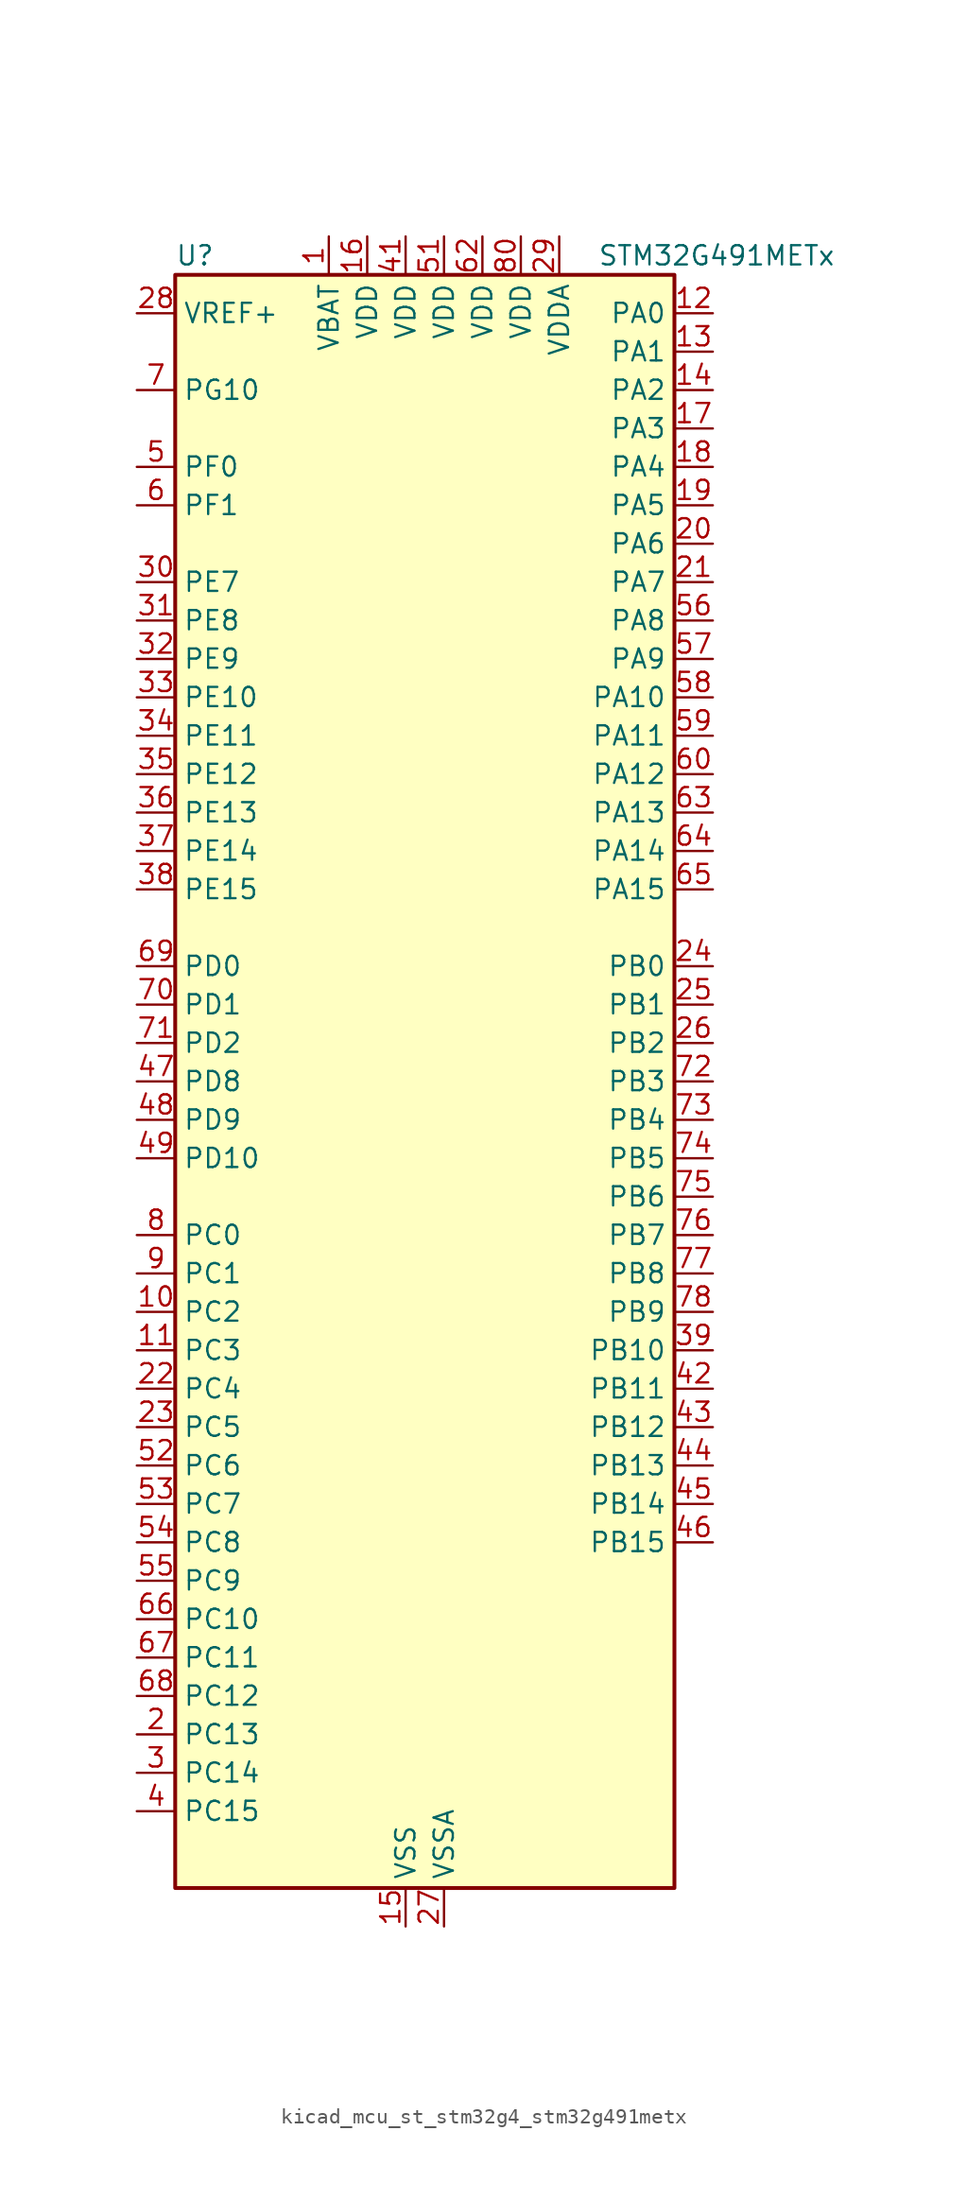
<source format=kicad_sym>
(kicad_symbol_lib
  (version 20220914)
  (generator kicad_symbol_editor)
  (symbol "kicad_mcu_st_stm32g4_stm32g491metx"
    (property "Reference" "U"
      (at -15.24 54.61 0)
      (effects (font (size 1.27 1.27)) (justify left)))
    (property "Value" "STM32G491METx"
      (at 12.7 54.61 0)
      (effects (font (size 1.27 1.27)) (justify left)))
    (property "ki_locked" ""
      (at 0 0 0)
      (effects (font (size 1.27 1.27))))
    (symbol "kicad_mcu_st_stm32g4_stm32g491metx_0_1"
      (rectangle (start -15.24 -53.34) (end 17.78 53.34) (stroke (width 0.254) (type default)) (fill (type background))))
    (symbol "kicad_mcu_st_stm32g4_stm32g491metx_1_1"
      (pin power_in line (at -5.08 55.88 270) (length 2.54) (name "VBAT" (effects (font (size 1.27 1.27)))) (number "1" (effects (font (size 1.27 1.27)))))
      (pin bidirectional line (at -17.78 -15.24 0) (length 2.54) (name "PC2" (effects (font (size 1.27 1.27)))) (number "10" (effects (font (size 1.27 1.27)))) (alternate "ADC1_IN8" bidirectional line) (alternate "ADC2_IN8" bidirectional line) (alternate "ADC3_EXTI2" bidirectional line) (alternate "COMP3_OUT" bidirectional line) (alternate "LPTIM1_IN2" bidirectional line) (alternate "QUADSPI1_BK2_IO1" bidirectional line) (alternate "TIM1_CH3" bidirectional line) (alternate "TIM20_CH2" bidirectional line))
      (pin bidirectional line (at -17.78 -17.78 0) (length 2.54) (name "PC3" (effects (font (size 1.27 1.27)))) (number "11" (effects (font (size 1.27 1.27)))) (alternate "ADC1_IN9" bidirectional line) (alternate "ADC2_IN9" bidirectional line) (alternate "ADC3_EXTI3" bidirectional line) (alternate "LPTIM1_ETR" bidirectional line) (alternate "QUADSPI1_BK2_IO2" bidirectional line) (alternate "SAI1_D1" bidirectional line) (alternate "SAI1_SD_A" bidirectional line) (alternate "TIM1_BKIN2" bidirectional line) (alternate "TIM1_CH4" bidirectional line))
      (pin bidirectional line (at 20.32 50.8 180) (length 2.54) (name "PA0" (effects (font (size 1.27 1.27)))) (number "12" (effects (font (size 1.27 1.27)))) (alternate "ADC1_IN1" bidirectional line) (alternate "ADC2_IN1" bidirectional line) (alternate "COMP1_INM" bidirectional line) (alternate "COMP1_OUT" bidirectional line) (alternate "COMP3_INP" bidirectional line) (alternate "RTC_TAMP2" bidirectional line) (alternate "SYS_WKUP1" bidirectional line) (alternate "TIM2_CH1" bidirectional line) (alternate "TIM2_ETR" bidirectional line) (alternate "TIM8_BKIN" bidirectional line) (alternate "TIM8_ETR" bidirectional line) (alternate "USART2_CTS" bidirectional line) (alternate "USART2_NSS" bidirectional line))
      (pin bidirectional line (at 20.32 48.26 180) (length 2.54) (name "PA1" (effects (font (size 1.27 1.27)))) (number "13" (effects (font (size 1.27 1.27)))) (alternate "ADC1_IN2" bidirectional line) (alternate "ADC2_IN2" bidirectional line) (alternate "COMP1_INP" bidirectional line) (alternate "OPAMP1_VINP" bidirectional line) (alternate "OPAMP1_VINP_SEC" bidirectional line) (alternate "OPAMP3_VINP" bidirectional line) (alternate "OPAMP3_VINP_SEC" bidirectional line) (alternate "OPAMP6_VINM" bidirectional line) (alternate "OPAMP6_VINM0" bidirectional line) (alternate "OPAMP6_VINM_SEC" bidirectional line) (alternate "RTC_REFIN" bidirectional line) (alternate "TIM15_CH1N" bidirectional line) (alternate "TIM2_CH2" bidirectional line) (alternate "USART2_DE" bidirectional line) (alternate "USART2_RTS" bidirectional line))
      (pin bidirectional line (at 20.32 45.72 180) (length 2.54) (name "PA2" (effects (font (size 1.27 1.27)))) (number "14" (effects (font (size 1.27 1.27)))) (alternate "ADC1_IN3" bidirectional line) (alternate "ADC3_EXTI2" bidirectional line) (alternate "COMP2_INM" bidirectional line) (alternate "COMP2_OUT" bidirectional line) (alternate "LPUART1_TX" bidirectional line) (alternate "OPAMP1_VOUT" bidirectional line) (alternate "QUADSPI1_BK1_NCS" bidirectional line) (alternate "RCC_LSCO" bidirectional line) (alternate "SYS_WKUP4" bidirectional line) (alternate "TIM15_CH1" bidirectional line) (alternate "TIM2_CH3" bidirectional line) (alternate "UCPD1_FRSTX1" bidirectional line) (alternate "UCPD1_FRSTX2" bidirectional line) (alternate "USART2_TX" bidirectional line))
      (pin power_in line (at 0 -55.88 90) (length 2.54) (name "VSS" (effects (font (size 1.27 1.27)))) (number "15" (effects (font (size 1.27 1.27)))))
      (pin power_in line (at -2.54 55.88 270) (length 2.54) (name "VDD" (effects (font (size 1.27 1.27)))) (number "16" (effects (font (size 1.27 1.27)))))
      (pin bidirectional line (at 20.32 43.18 180) (length 2.54) (name "PA3" (effects (font (size 1.27 1.27)))) (number "17" (effects (font (size 1.27 1.27)))) (alternate "ADC1_IN4" bidirectional line) (alternate "ADC3_EXTI3" bidirectional line) (alternate "COMP2_INP" bidirectional line) (alternate "LPUART1_RX" bidirectional line) (alternate "OPAMP1_VINM" bidirectional line) (alternate "OPAMP1_VINM0" bidirectional line) (alternate "OPAMP1_VINM_SEC" bidirectional line) (alternate "OPAMP1_VINP" bidirectional line) (alternate "OPAMP1_VINP_SEC" bidirectional line) (alternate "QUADSPI1_CLK" bidirectional line) (alternate "SAI1_CK1" bidirectional line) (alternate "SAI1_MCLK_A" bidirectional line) (alternate "TIM15_CH2" bidirectional line) (alternate "TIM2_CH4" bidirectional line) (alternate "USART2_RX" bidirectional line))
      (pin bidirectional line (at 20.32 40.64 180) (length 2.54) (name "PA4" (effects (font (size 1.27 1.27)))) (number "18" (effects (font (size 1.27 1.27)))) (alternate "ADC2_IN17" bidirectional line) (alternate "COMP1_INM" bidirectional line) (alternate "DAC1_OUT1" bidirectional line) (alternate "I2S3_WS" bidirectional line) (alternate "SAI1_FS_B" bidirectional line) (alternate "SPI1_NSS" bidirectional line) (alternate "SPI3_NSS" bidirectional line) (alternate "TIM3_CH2" bidirectional line) (alternate "USART2_CK" bidirectional line))
      (pin bidirectional line (at 20.32 38.1 180) (length 2.54) (name "PA5" (effects (font (size 1.27 1.27)))) (number "19" (effects (font (size 1.27 1.27)))) (alternate "ADC2_IN13" bidirectional line) (alternate "COMP2_INM" bidirectional line) (alternate "DAC1_OUT2" bidirectional line) (alternate "OPAMP2_VINM" bidirectional line) (alternate "OPAMP2_VINM0" bidirectional line) (alternate "OPAMP2_VINM_SEC" bidirectional line) (alternate "SPI1_SCK" bidirectional line) (alternate "TIM2_CH1" bidirectional line) (alternate "TIM2_ETR" bidirectional line) (alternate "UCPD1_FRSTX1" bidirectional line) (alternate "UCPD1_FRSTX2" bidirectional line))
      (pin bidirectional line (at -17.78 -43.18 0) (length 2.54) (name "PC13" (effects (font (size 1.27 1.27)))) (number "2" (effects (font (size 1.27 1.27)))) (alternate "RTC_OUT1" bidirectional line) (alternate "RTC_TAMP1" bidirectional line) (alternate "RTC_TS" bidirectional line) (alternate "SYS_WKUP2" bidirectional line) (alternate "TIM1_BKIN" bidirectional line) (alternate "TIM1_CH1N" bidirectional line) (alternate "TIM8_CH4N" bidirectional line))
      (pin bidirectional line (at 20.32 35.56 180) (length 2.54) (name "PA6" (effects (font (size 1.27 1.27)))) (number "20" (effects (font (size 1.27 1.27)))) (alternate "ADC2_IN3" bidirectional line) (alternate "COMP1_OUT" bidirectional line) (alternate "LPUART1_CTS" bidirectional line) (alternate "OPAMP2_VOUT" bidirectional line) (alternate "QUADSPI1_BK1_IO3" bidirectional line) (alternate "SPI1_MISO" bidirectional line) (alternate "TIM16_CH1" bidirectional line) (alternate "TIM1_BKIN" bidirectional line) (alternate "TIM3_CH1" bidirectional line) (alternate "TIM8_BKIN" bidirectional line))
      (pin bidirectional line (at 20.32 33.02 180) (length 2.54) (name "PA7" (effects (font (size 1.27 1.27)))) (number "21" (effects (font (size 1.27 1.27)))) (alternate "ADC2_IN4" bidirectional line) (alternate "COMP2_INP" bidirectional line) (alternate "COMP2_OUT" bidirectional line) (alternate "OPAMP1_VINP" bidirectional line) (alternate "OPAMP1_VINP_SEC" bidirectional line) (alternate "OPAMP2_VINP" bidirectional line) (alternate "OPAMP2_VINP_SEC" bidirectional line) (alternate "QUADSPI1_BK1_IO2" bidirectional line) (alternate "SPI1_MOSI" bidirectional line) (alternate "TIM17_CH1" bidirectional line) (alternate "TIM1_CH1N" bidirectional line) (alternate "TIM3_CH2" bidirectional line) (alternate "TIM8_CH1N" bidirectional line) (alternate "UCPD1_FRSTX1" bidirectional line) (alternate "UCPD1_FRSTX2" bidirectional line))
      (pin bidirectional line (at -17.78 -20.32 0) (length 2.54) (name "PC4" (effects (font (size 1.27 1.27)))) (number "22" (effects (font (size 1.27 1.27)))) (alternate "ADC2_IN5" bidirectional line) (alternate "I2C2_SCL" bidirectional line) (alternate "QUADSPI1_BK2_IO3" bidirectional line) (alternate "TIM1_ETR" bidirectional line) (alternate "USART1_TX" bidirectional line))
      (pin bidirectional line (at -17.78 -22.86 0) (length 2.54) (name "PC5" (effects (font (size 1.27 1.27)))) (number "23" (effects (font (size 1.27 1.27)))) (alternate "ADC2_IN11" bidirectional line) (alternate "OPAMP1_VINM" bidirectional line) (alternate "OPAMP1_VINM1" bidirectional line) (alternate "OPAMP1_VINM_SEC" bidirectional line) (alternate "OPAMP2_VINM" bidirectional line) (alternate "OPAMP2_VINM1" bidirectional line) (alternate "OPAMP2_VINM_SEC" bidirectional line) (alternate "SAI1_D3" bidirectional line) (alternate "SYS_WKUP5" bidirectional line) (alternate "TIM15_BKIN" bidirectional line) (alternate "TIM1_CH4N" bidirectional line) (alternate "USART1_RX" bidirectional line))
      (pin bidirectional line (at 20.32 7.62 180) (length 2.54) (name "PB0" (effects (font (size 1.27 1.27)))) (number "24" (effects (font (size 1.27 1.27)))) (alternate "ADC1_IN15" bidirectional line) (alternate "ADC3_IN12" bidirectional line) (alternate "COMP4_INP" bidirectional line) (alternate "OPAMP2_VINP" bidirectional line) (alternate "OPAMP2_VINP_SEC" bidirectional line) (alternate "OPAMP3_VINP" bidirectional line) (alternate "OPAMP3_VINP_SEC" bidirectional line) (alternate "QUADSPI1_BK1_IO1" bidirectional line) (alternate "TIM1_CH2N" bidirectional line) (alternate "TIM3_CH3" bidirectional line) (alternate "TIM8_CH2N" bidirectional line) (alternate "UCPD1_FRSTX1" bidirectional line) (alternate "UCPD1_FRSTX2" bidirectional line))
      (pin bidirectional line (at 20.32 5.08 180) (length 2.54) (name "PB1" (effects (font (size 1.27 1.27)))) (number "25" (effects (font (size 1.27 1.27)))) (alternate "ADC1_IN12" bidirectional line) (alternate "ADC3_IN1" bidirectional line) (alternate "COMP1_INP" bidirectional line) (alternate "COMP4_OUT" bidirectional line) (alternate "LPUART1_DE" bidirectional line) (alternate "LPUART1_RTS" bidirectional line) (alternate "OPAMP3_VOUT" bidirectional line) (alternate "OPAMP6_VINM" bidirectional line) (alternate "OPAMP6_VINM1" bidirectional line) (alternate "OPAMP6_VINM_SEC" bidirectional line) (alternate "QUADSPI1_BK1_IO0" bidirectional line) (alternate "TIM1_CH3N" bidirectional line) (alternate "TIM3_CH4" bidirectional line) (alternate "TIM8_CH3N" bidirectional line))
      (pin bidirectional line (at 20.32 2.54 180) (length 2.54) (name "PB2" (effects (font (size 1.27 1.27)))) (number "26" (effects (font (size 1.27 1.27)))) (alternate "ADC2_IN12" bidirectional line) (alternate "ADC3_EXTI2" bidirectional line) (alternate "COMP4_INM" bidirectional line) (alternate "I2C3_SMBA" bidirectional line) (alternate "LPTIM1_OUT" bidirectional line) (alternate "OPAMP3_VINM" bidirectional line) (alternate "OPAMP3_VINM0" bidirectional line) (alternate "OPAMP3_VINM_SEC" bidirectional line) (alternate "QUADSPI1_BK2_IO1" bidirectional line) (alternate "RTC_OUT2" bidirectional line) (alternate "TIM20_CH1" bidirectional line))
      (pin power_in line (at 2.54 -55.88 90) (length 2.54) (name "VSSA" (effects (font (size 1.27 1.27)))) (number "27" (effects (font (size 1.27 1.27)))))
      (pin input line (at -17.78 50.8 0) (length 2.54) (name "VREF+" (effects (font (size 1.27 1.27)))) (number "28" (effects (font (size 1.27 1.27)))) (alternate "VREFBUF_OUT" bidirectional line))
      (pin power_in line (at 10.16 55.88 270) (length 2.54) (name "VDDA" (effects (font (size 1.27 1.27)))) (number "29" (effects (font (size 1.27 1.27)))))
      (pin bidirectional line (at -17.78 -45.72 0) (length 2.54) (name "PC14" (effects (font (size 1.27 1.27)))) (number "3" (effects (font (size 1.27 1.27)))) (alternate "RCC_OSC32_IN" bidirectional line))
      (pin bidirectional line (at -17.78 33.02 0) (length 2.54) (name "PE7" (effects (font (size 1.27 1.27)))) (number "30" (effects (font (size 1.27 1.27)))) (alternate "ADC3_IN4" bidirectional line) (alternate "COMP4_INP" bidirectional line) (alternate "SAI1_SD_B" bidirectional line) (alternate "TIM1_ETR" bidirectional line))
      (pin bidirectional line (at -17.78 30.48 0) (length 2.54) (name "PE8" (effects (font (size 1.27 1.27)))) (number "31" (effects (font (size 1.27 1.27)))) (alternate "ADC3_IN6" bidirectional line) (alternate "COMP4_INM" bidirectional line) (alternate "SAI1_SCK_B" bidirectional line) (alternate "TIM1_CH1N" bidirectional line))
      (pin bidirectional line (at -17.78 27.94 0) (length 2.54) (name "PE9" (effects (font (size 1.27 1.27)))) (number "32" (effects (font (size 1.27 1.27)))) (alternate "ADC3_IN2" bidirectional line) (alternate "DAC1_EXTI9" bidirectional line) (alternate "DAC3_EXTI9" bidirectional line) (alternate "SAI1_FS_B" bidirectional line) (alternate "TIM1_CH1" bidirectional line))
      (pin bidirectional line (at -17.78 25.4 0) (length 2.54) (name "PE10" (effects (font (size 1.27 1.27)))) (number "33" (effects (font (size 1.27 1.27)))) (alternate "ADC3_IN14" bidirectional line) (alternate "DAC1_EXTI10" bidirectional line) (alternate "DAC3_EXTI10" bidirectional line) (alternate "QUADSPI1_CLK" bidirectional line) (alternate "SAI1_MCLK_B" bidirectional line) (alternate "TIM1_CH2N" bidirectional line))
      (pin bidirectional line (at -17.78 22.86 0) (length 2.54) (name "PE11" (effects (font (size 1.27 1.27)))) (number "34" (effects (font (size 1.27 1.27)))) (alternate "ADC1_EXTI11" bidirectional line) (alternate "ADC2_EXTI11" bidirectional line) (alternate "ADC3_IN15" bidirectional line) (alternate "QUADSPI1_BK1_NCS" bidirectional line) (alternate "TIM1_CH2" bidirectional line))
      (pin bidirectional line (at -17.78 20.32 0) (length 2.54) (name "PE12" (effects (font (size 1.27 1.27)))) (number "35" (effects (font (size 1.27 1.27)))) (alternate "ADC3_IN16" bidirectional line) (alternate "QUADSPI1_BK1_IO0" bidirectional line) (alternate "TIM1_CH3N" bidirectional line))
      (pin bidirectional line (at -17.78 17.78 0) (length 2.54) (name "PE13" (effects (font (size 1.27 1.27)))) (number "36" (effects (font (size 1.27 1.27)))) (alternate "ADC3_IN3" bidirectional line) (alternate "QUADSPI1_BK1_IO1" bidirectional line) (alternate "TIM1_CH3" bidirectional line))
      (pin bidirectional line (at -17.78 15.24 0) (length 2.54) (name "PE14" (effects (font (size 1.27 1.27)))) (number "37" (effects (font (size 1.27 1.27)))) (alternate "QUADSPI1_BK1_IO2" bidirectional line) (alternate "TIM1_BKIN2" bidirectional line) (alternate "TIM1_CH4" bidirectional line))
      (pin bidirectional line (at -17.78 12.7 0) (length 2.54) (name "PE15" (effects (font (size 1.27 1.27)))) (number "38" (effects (font (size 1.27 1.27)))) (alternate "ADC1_EXTI15" bidirectional line) (alternate "ADC2_EXTI15" bidirectional line) (alternate "QUADSPI1_BK1_IO3" bidirectional line) (alternate "TIM1_BKIN" bidirectional line) (alternate "TIM1_CH4N" bidirectional line) (alternate "USART3_RX" bidirectional line))
      (pin bidirectional line (at 20.32 -17.78 180) (length 2.54) (name "PB10" (effects (font (size 1.27 1.27)))) (number "39" (effects (font (size 1.27 1.27)))) (alternate "DAC1_EXTI10" bidirectional line) (alternate "DAC3_EXTI10" bidirectional line) (alternate "LPUART1_RX" bidirectional line) (alternate "OPAMP3_VINM" bidirectional line) (alternate "OPAMP3_VINM1" bidirectional line) (alternate "OPAMP3_VINM_SEC" bidirectional line) (alternate "QUADSPI1_CLK" bidirectional line) (alternate "SAI1_SCK_A" bidirectional line) (alternate "TIM1_BKIN" bidirectional line) (alternate "TIM2_CH3" bidirectional line) (alternate "USART3_TX" bidirectional line))
      (pin bidirectional line (at -17.78 -48.26 0) (length 2.54) (name "PC15" (effects (font (size 1.27 1.27)))) (number "4" (effects (font (size 1.27 1.27)))) (alternate "ADC1_EXTI15" bidirectional line) (alternate "ADC2_EXTI15" bidirectional line) (alternate "RCC_OSC32_OUT" bidirectional line))
      (pin passive line (at 0 -55.88 90) (length 2.54) hide (name "VSS" (effects (font (size 1.27 1.27)))) (number "40" (effects (font (size 1.27 1.27)))))
      (pin power_in line (at 0 55.88 270) (length 2.54) (name "VDD" (effects (font (size 1.27 1.27)))) (number "41" (effects (font (size 1.27 1.27)))))
      (pin bidirectional line (at 20.32 -20.32 180) (length 2.54) (name "PB11" (effects (font (size 1.27 1.27)))) (number "42" (effects (font (size 1.27 1.27)))) (alternate "ADC1_EXTI11" bidirectional line) (alternate "ADC1_IN14" bidirectional line) (alternate "ADC2_EXTI11" bidirectional line) (alternate "ADC2_IN14" bidirectional line) (alternate "LPUART1_TX" bidirectional line) (alternate "OPAMP6_VOUT" bidirectional line) (alternate "QUADSPI1_BK1_NCS" bidirectional line) (alternate "TIM2_CH4" bidirectional line) (alternate "USART3_RX" bidirectional line))
      (pin bidirectional line (at 20.32 -22.86 180) (length 2.54) (name "PB12" (effects (font (size 1.27 1.27)))) (number "43" (effects (font (size 1.27 1.27)))) (alternate "ADC1_IN11" bidirectional line) (alternate "FDCAN2_RX" bidirectional line) (alternate "I2C2_SMBA" bidirectional line) (alternate "I2S2_WS" bidirectional line) (alternate "LPUART1_DE" bidirectional line) (alternate "LPUART1_RTS" bidirectional line) (alternate "OPAMP6_VINP" bidirectional line) (alternate "OPAMP6_VINP_SEC" bidirectional line) (alternate "SPI2_NSS" bidirectional line) (alternate "TIM1_BKIN" bidirectional line) (alternate "USART3_CK" bidirectional line))
      (pin bidirectional line (at 20.32 -25.4 180) (length 2.54) (name "PB13" (effects (font (size 1.27 1.27)))) (number "44" (effects (font (size 1.27 1.27)))) (alternate "ADC3_IN5" bidirectional line) (alternate "FDCAN2_TX" bidirectional line) (alternate "I2S2_CK" bidirectional line) (alternate "LPUART1_CTS" bidirectional line) (alternate "OPAMP3_VINP" bidirectional line) (alternate "OPAMP3_VINP_SEC" bidirectional line) (alternate "OPAMP6_VINP" bidirectional line) (alternate "OPAMP6_VINP_SEC" bidirectional line) (alternate "SPI2_SCK" bidirectional line) (alternate "TIM1_CH1N" bidirectional line) (alternate "USART3_CTS" bidirectional line) (alternate "USART3_NSS" bidirectional line))
      (pin bidirectional line (at 20.32 -27.94 180) (length 2.54) (name "PB14" (effects (font (size 1.27 1.27)))) (number "45" (effects (font (size 1.27 1.27)))) (alternate "ADC1_IN5" bidirectional line) (alternate "COMP4_OUT" bidirectional line) (alternate "OPAMP2_VINP" bidirectional line) (alternate "OPAMP2_VINP_SEC" bidirectional line) (alternate "SPI2_MISO" bidirectional line) (alternate "TIM15_CH1" bidirectional line) (alternate "TIM1_CH2N" bidirectional line) (alternate "USART3_DE" bidirectional line) (alternate "USART3_RTS" bidirectional line))
      (pin bidirectional line (at 20.32 -30.48 180) (length 2.54) (name "PB15" (effects (font (size 1.27 1.27)))) (number "46" (effects (font (size 1.27 1.27)))) (alternate "ADC1_EXTI15" bidirectional line) (alternate "ADC2_EXTI15" bidirectional line) (alternate "ADC2_IN15" bidirectional line) (alternate "COMP3_OUT" bidirectional line) (alternate "I2S2_SD" bidirectional line) (alternate "RTC_REFIN" bidirectional line) (alternate "SPI2_MOSI" bidirectional line) (alternate "TIM15_CH1N" bidirectional line) (alternate "TIM15_CH2" bidirectional line) (alternate "TIM1_CH3N" bidirectional line))
      (pin bidirectional line (at -17.78 0 0) (length 2.54) (name "PD8" (effects (font (size 1.27 1.27)))) (number "47" (effects (font (size 1.27 1.27)))) (alternate "USART3_TX" bidirectional line))
      (pin bidirectional line (at -17.78 -2.54 0) (length 2.54) (name "PD9" (effects (font (size 1.27 1.27)))) (number "48" (effects (font (size 1.27 1.27)))) (alternate "DAC1_EXTI9" bidirectional line) (alternate "DAC3_EXTI9" bidirectional line) (alternate "OPAMP6_VINP" bidirectional line) (alternate "OPAMP6_VINP_SEC" bidirectional line) (alternate "USART3_RX" bidirectional line))
      (pin bidirectional line (at -17.78 -5.08 0) (length 2.54) (name "PD10" (effects (font (size 1.27 1.27)))) (number "49" (effects (font (size 1.27 1.27)))) (alternate "ADC3_IN7" bidirectional line) (alternate "DAC1_EXTI10" bidirectional line) (alternate "DAC3_EXTI10" bidirectional line) (alternate "USART3_CK" bidirectional line))
      (pin bidirectional line (at -17.78 40.64 0) (length 2.54) (name "PF0" (effects (font (size 1.27 1.27)))) (number "5" (effects (font (size 1.27 1.27)))) (alternate "ADC1_IN10" bidirectional line) (alternate "I2C2_SDA" bidirectional line) (alternate "I2S2_WS" bidirectional line) (alternate "RCC_OSC_IN" bidirectional line) (alternate "SPI2_NSS" bidirectional line) (alternate "TIM1_CH3N" bidirectional line))
      (pin passive line (at 0 -55.88 90) (length 2.54) hide (name "VSS" (effects (font (size 1.27 1.27)))) (number "50" (effects (font (size 1.27 1.27)))))
      (pin power_in line (at 2.54 55.88 270) (length 2.54) (name "VDD" (effects (font (size 1.27 1.27)))) (number "51" (effects (font (size 1.27 1.27)))))
      (pin bidirectional line (at -17.78 -25.4 0) (length 2.54) (name "PC6" (effects (font (size 1.27 1.27)))) (number "52" (effects (font (size 1.27 1.27)))) (alternate "I2S2_MCK" bidirectional line) (alternate "TIM3_CH1" bidirectional line) (alternate "TIM8_CH1" bidirectional line))
      (pin bidirectional line (at -17.78 -27.94 0) (length 2.54) (name "PC7" (effects (font (size 1.27 1.27)))) (number "53" (effects (font (size 1.27 1.27)))) (alternate "I2S3_MCK" bidirectional line) (alternate "TIM3_CH2" bidirectional line) (alternate "TIM8_CH2" bidirectional line))
      (pin bidirectional line (at -17.78 -30.48 0) (length 2.54) (name "PC8" (effects (font (size 1.27 1.27)))) (number "54" (effects (font (size 1.27 1.27)))) (alternate "I2C3_SCL" bidirectional line) (alternate "TIM20_CH3" bidirectional line) (alternate "TIM3_CH3" bidirectional line) (alternate "TIM8_CH3" bidirectional line))
      (pin bidirectional line (at -17.78 -33.02 0) (length 2.54) (name "PC9" (effects (font (size 1.27 1.27)))) (number "55" (effects (font (size 1.27 1.27)))) (alternate "DAC1_EXTI9" bidirectional line) (alternate "DAC3_EXTI9" bidirectional line) (alternate "I2C3_SDA" bidirectional line) (alternate "I2S_CKIN" bidirectional line) (alternate "TIM3_CH4" bidirectional line) (alternate "TIM8_BKIN2" bidirectional line) (alternate "TIM8_CH4" bidirectional line))
      (pin bidirectional line (at 20.32 30.48 180) (length 2.54) (name "PA8" (effects (font (size 1.27 1.27)))) (number "56" (effects (font (size 1.27 1.27)))) (alternate "I2C2_SDA" bidirectional line) (alternate "I2C3_SCL" bidirectional line) (alternate "I2S2_MCK" bidirectional line) (alternate "RCC_MCO" bidirectional line) (alternate "SAI1_CK2" bidirectional line) (alternate "SAI1_SCK_A" bidirectional line) (alternate "TIM1_CH1" bidirectional line) (alternate "TIM4_ETR" bidirectional line) (alternate "USART1_CK" bidirectional line))
      (pin bidirectional line (at 20.32 27.94 180) (length 2.54) (name "PA9" (effects (font (size 1.27 1.27)))) (number "57" (effects (font (size 1.27 1.27)))) (alternate "DAC1_EXTI9" bidirectional line) (alternate "DAC3_EXTI9" bidirectional line) (alternate "I2C2_SCL" bidirectional line) (alternate "I2C3_SMBA" bidirectional line) (alternate "I2S3_MCK" bidirectional line) (alternate "SAI1_FS_A" bidirectional line) (alternate "TIM15_BKIN" bidirectional line) (alternate "TIM1_CH2" bidirectional line) (alternate "TIM2_CH3" bidirectional line) (alternate "UCPD1_DBCC1" bidirectional line) (alternate "USART1_TX" bidirectional line))
      (pin bidirectional line (at 20.32 25.4 180) (length 2.54) (name "PA10" (effects (font (size 1.27 1.27)))) (number "58" (effects (font (size 1.27 1.27)))) (alternate "CRS_SYNC" bidirectional line) (alternate "DAC1_EXTI10" bidirectional line) (alternate "DAC3_EXTI10" bidirectional line) (alternate "I2C2_SMBA" bidirectional line) (alternate "SAI1_D1" bidirectional line) (alternate "SAI1_SD_A" bidirectional line) (alternate "SPI2_MISO" bidirectional line) (alternate "TIM17_BKIN" bidirectional line) (alternate "TIM1_CH3" bidirectional line) (alternate "TIM2_CH4" bidirectional line) (alternate "TIM8_BKIN" bidirectional line) (alternate "UCPD1_DBCC2" bidirectional line) (alternate "USART1_RX" bidirectional line))
      (pin bidirectional line (at 20.32 22.86 180) (length 2.54) (name "PA11" (effects (font (size 1.27 1.27)))) (number "59" (effects (font (size 1.27 1.27)))) (alternate "ADC1_EXTI11" bidirectional line) (alternate "ADC2_EXTI11" bidirectional line) (alternate "COMP1_OUT" bidirectional line) (alternate "FDCAN1_RX" bidirectional line) (alternate "I2S2_SD" bidirectional line) (alternate "SPI2_MOSI" bidirectional line) (alternate "TIM1_BKIN2" bidirectional line) (alternate "TIM1_CH1N" bidirectional line) (alternate "TIM1_CH4" bidirectional line) (alternate "TIM4_CH1" bidirectional line) (alternate "USART1_CTS" bidirectional line) (alternate "USART1_NSS" bidirectional line) (alternate "USB_DM" bidirectional line))
      (pin bidirectional line (at -17.78 38.1 0) (length 2.54) (name "PF1" (effects (font (size 1.27 1.27)))) (number "6" (effects (font (size 1.27 1.27)))) (alternate "ADC2_IN10" bidirectional line) (alternate "COMP3_INM" bidirectional line) (alternate "I2S2_CK" bidirectional line) (alternate "RCC_OSC_OUT" bidirectional line) (alternate "SPI2_SCK" bidirectional line))
      (pin bidirectional line (at 20.32 20.32 180) (length 2.54) (name "PA12" (effects (font (size 1.27 1.27)))) (number "60" (effects (font (size 1.27 1.27)))) (alternate "COMP2_OUT" bidirectional line) (alternate "FDCAN1_TX" bidirectional line) (alternate "I2S_CKIN" bidirectional line) (alternate "TIM16_CH1" bidirectional line) (alternate "TIM1_CH2N" bidirectional line) (alternate "TIM1_ETR" bidirectional line) (alternate "TIM4_CH2" bidirectional line) (alternate "USART1_DE" bidirectional line) (alternate "USART1_RTS" bidirectional line) (alternate "USB_DP" bidirectional line))
      (pin passive line (at 0 -55.88 90) (length 2.54) hide (name "VSS" (effects (font (size 1.27 1.27)))) (number "61" (effects (font (size 1.27 1.27)))))
      (pin power_in line (at 5.08 55.88 270) (length 2.54) (name "VDD" (effects (font (size 1.27 1.27)))) (number "62" (effects (font (size 1.27 1.27)))))
      (pin bidirectional line (at 20.32 17.78 180) (length 2.54) (name "PA13" (effects (font (size 1.27 1.27)))) (number "63" (effects (font (size 1.27 1.27)))) (alternate "I2C1_SCL" bidirectional line) (alternate "IR_OUT" bidirectional line) (alternate "SAI1_SD_B" bidirectional line) (alternate "SYS_JTMS-SWDIO" bidirectional line) (alternate "TIM16_CH1N" bidirectional line) (alternate "TIM4_CH3" bidirectional line) (alternate "USART3_CTS" bidirectional line) (alternate "USART3_NSS" bidirectional line))
      (pin bidirectional line (at 20.32 15.24 180) (length 2.54) (name "PA14" (effects (font (size 1.27 1.27)))) (number "64" (effects (font (size 1.27 1.27)))) (alternate "I2C1_SDA" bidirectional line) (alternate "LPTIM1_OUT" bidirectional line) (alternate "SAI1_FS_B" bidirectional line) (alternate "SYS_JTCK-SWCLK" bidirectional line) (alternate "TIM1_BKIN" bidirectional line) (alternate "TIM8_CH2" bidirectional line) (alternate "USART2_TX" bidirectional line))
      (pin bidirectional line (at 20.32 12.7 180) (length 2.54) (name "PA15" (effects (font (size 1.27 1.27)))) (number "65" (effects (font (size 1.27 1.27)))) (alternate "ADC1_EXTI15" bidirectional line) (alternate "ADC2_EXTI15" bidirectional line) (alternate "I2C1_SCL" bidirectional line) (alternate "I2S3_WS" bidirectional line) (alternate "SPI1_NSS" bidirectional line) (alternate "SPI3_NSS" bidirectional line) (alternate "SYS_JTDI" bidirectional line) (alternate "TIM1_BKIN" bidirectional line) (alternate "TIM20_ETR" bidirectional line) (alternate "TIM2_CH1" bidirectional line) (alternate "TIM2_ETR" bidirectional line) (alternate "TIM8_CH1" bidirectional line) (alternate "UART4_DE" bidirectional line) (alternate "UART4_RTS" bidirectional line) (alternate "USART2_RX" bidirectional line))
      (pin bidirectional line (at -17.78 -35.56 0) (length 2.54) (name "PC10" (effects (font (size 1.27 1.27)))) (number "66" (effects (font (size 1.27 1.27)))) (alternate "DAC1_EXTI10" bidirectional line) (alternate "DAC3_EXTI10" bidirectional line) (alternate "I2S3_CK" bidirectional line) (alternate "SPI3_SCK" bidirectional line) (alternate "TIM8_CH1N" bidirectional line) (alternate "UART4_TX" bidirectional line) (alternate "USART3_TX" bidirectional line))
      (pin bidirectional line (at -17.78 -38.1 0) (length 2.54) (name "PC11" (effects (font (size 1.27 1.27)))) (number "67" (effects (font (size 1.27 1.27)))) (alternate "ADC1_EXTI11" bidirectional line) (alternate "ADC2_EXTI11" bidirectional line) (alternate "I2C3_SDA" bidirectional line) (alternate "SPI3_MISO" bidirectional line) (alternate "TIM8_CH2N" bidirectional line) (alternate "UART4_RX" bidirectional line) (alternate "USART3_RX" bidirectional line))
      (pin bidirectional line (at -17.78 -40.64 0) (length 2.54) (name "PC12" (effects (font (size 1.27 1.27)))) (number "68" (effects (font (size 1.27 1.27)))) (alternate "I2S3_SD" bidirectional line) (alternate "SPI3_MOSI" bidirectional line) (alternate "TIM8_CH3N" bidirectional line) (alternate "UART5_TX" bidirectional line) (alternate "UCPD1_FRSTX1" bidirectional line) (alternate "UCPD1_FRSTX2" bidirectional line) (alternate "USART3_CK" bidirectional line))
      (pin bidirectional line (at -17.78 7.62 0) (length 2.54) (name "PD0" (effects (font (size 1.27 1.27)))) (number "69" (effects (font (size 1.27 1.27)))) (alternate "FDCAN1_RX" bidirectional line) (alternate "TIM8_CH4N" bidirectional line))
      (pin bidirectional line (at -17.78 45.72 0) (length 2.54) (name "PG10" (effects (font (size 1.27 1.27)))) (number "7" (effects (font (size 1.27 1.27)))) (alternate "DAC1_EXTI10" bidirectional line) (alternate "DAC3_EXTI10" bidirectional line) (alternate "RCC_MCO" bidirectional line))
      (pin bidirectional line (at -17.78 5.08 0) (length 2.54) (name "PD1" (effects (font (size 1.27 1.27)))) (number "70" (effects (font (size 1.27 1.27)))) (alternate "FDCAN1_TX" bidirectional line) (alternate "TIM8_BKIN2" bidirectional line) (alternate "TIM8_CH4" bidirectional line))
      (pin bidirectional line (at -17.78 2.54 0) (length 2.54) (name "PD2" (effects (font (size 1.27 1.27)))) (number "71" (effects (font (size 1.27 1.27)))) (alternate "ADC3_EXTI2" bidirectional line) (alternate "TIM3_ETR" bidirectional line) (alternate "TIM8_BKIN" bidirectional line) (alternate "UART5_RX" bidirectional line))
      (pin bidirectional line (at 20.32 0 180) (length 2.54) (name "PB3" (effects (font (size 1.27 1.27)))) (number "72" (effects (font (size 1.27 1.27)))) (alternate "ADC3_EXTI3" bidirectional line) (alternate "CRS_SYNC" bidirectional line) (alternate "I2S3_CK" bidirectional line) (alternate "SAI1_SCK_B" bidirectional line) (alternate "SPI1_SCK" bidirectional line) (alternate "SPI3_SCK" bidirectional line) (alternate "SYS_JTDO-SWO" bidirectional line) (alternate "TIM2_CH2" bidirectional line) (alternate "TIM3_ETR" bidirectional line) (alternate "TIM4_ETR" bidirectional line) (alternate "TIM8_CH1N" bidirectional line) (alternate "USART2_TX" bidirectional line))
      (pin bidirectional line (at 20.32 -2.54 180) (length 2.54) (name "PB4" (effects (font (size 1.27 1.27)))) (number "73" (effects (font (size 1.27 1.27)))) (alternate "SAI1_MCLK_B" bidirectional line) (alternate "SPI1_MISO" bidirectional line) (alternate "SPI3_MISO" bidirectional line) (alternate "SYS_JTRST" bidirectional line) (alternate "TIM16_CH1" bidirectional line) (alternate "TIM17_BKIN" bidirectional line) (alternate "TIM3_CH1" bidirectional line) (alternate "TIM8_CH2N" bidirectional line) (alternate "UART5_DE" bidirectional line) (alternate "UART5_RTS" bidirectional line) (alternate "UCPD1_CC2" bidirectional line) (alternate "USART2_RX" bidirectional line))
      (pin bidirectional line (at 20.32 -5.08 180) (length 2.54) (name "PB5" (effects (font (size 1.27 1.27)))) (number "74" (effects (font (size 1.27 1.27)))) (alternate "FDCAN2_RX" bidirectional line) (alternate "I2C1_SMBA" bidirectional line) (alternate "I2C3_SDA" bidirectional line) (alternate "I2S3_SD" bidirectional line) (alternate "LPTIM1_IN1" bidirectional line) (alternate "SAI1_SD_B" bidirectional line) (alternate "SPI1_MOSI" bidirectional line) (alternate "SPI3_MOSI" bidirectional line) (alternate "TIM16_BKIN" bidirectional line) (alternate "TIM17_CH1" bidirectional line) (alternate "TIM3_CH2" bidirectional line) (alternate "TIM8_CH3N" bidirectional line) (alternate "UART5_CTS" bidirectional line) (alternate "USART2_CK" bidirectional line))
      (pin bidirectional line (at 20.32 -7.62 180) (length 2.54) (name "PB6" (effects (font (size 1.27 1.27)))) (number "75" (effects (font (size 1.27 1.27)))) (alternate "COMP4_OUT" bidirectional line) (alternate "FDCAN2_TX" bidirectional line) (alternate "LPTIM1_ETR" bidirectional line) (alternate "SAI1_FS_B" bidirectional line) (alternate "TIM16_CH1N" bidirectional line) (alternate "TIM4_CH1" bidirectional line) (alternate "TIM8_BKIN2" bidirectional line) (alternate "TIM8_CH1" bidirectional line) (alternate "TIM8_ETR" bidirectional line) (alternate "UCPD1_CC1" bidirectional line) (alternate "USART1_TX" bidirectional line))
      (pin bidirectional line (at 20.32 -10.16 180) (length 2.54) (name "PB7" (effects (font (size 1.27 1.27)))) (number "76" (effects (font (size 1.27 1.27)))) (alternate "COMP3_OUT" bidirectional line) (alternate "I2C1_SDA" bidirectional line) (alternate "LPTIM1_IN2" bidirectional line) (alternate "SYS_PVD_IN" bidirectional line) (alternate "TIM17_CH1N" bidirectional line) (alternate "TIM3_CH4" bidirectional line) (alternate "TIM4_CH2" bidirectional line) (alternate "TIM8_BKIN" bidirectional line) (alternate "UART4_CTS" bidirectional line) (alternate "USART1_RX" bidirectional line))
      (pin bidirectional line (at 20.32 -12.7 180) (length 2.54) (name "PB8" (effects (font (size 1.27 1.27)))) (number "77" (effects (font (size 1.27 1.27)))) (alternate "COMP1_OUT" bidirectional line) (alternate "FDCAN1_RX" bidirectional line) (alternate "I2C1_SCL" bidirectional line) (alternate "SAI1_CK1" bidirectional line) (alternate "SAI1_MCLK_A" bidirectional line) (alternate "TIM16_CH1" bidirectional line) (alternate "TIM1_BKIN" bidirectional line) (alternate "TIM4_CH3" bidirectional line) (alternate "TIM8_CH2" bidirectional line) (alternate "USART3_RX" bidirectional line))
      (pin bidirectional line (at 20.32 -15.24 180) (length 2.54) (name "PB9" (effects (font (size 1.27 1.27)))) (number "78" (effects (font (size 1.27 1.27)))) (alternate "COMP2_OUT" bidirectional line) (alternate "DAC1_EXTI9" bidirectional line) (alternate "DAC3_EXTI9" bidirectional line) (alternate "FDCAN1_TX" bidirectional line) (alternate "I2C1_SDA" bidirectional line) (alternate "IR_OUT" bidirectional line) (alternate "SAI1_D2" bidirectional line) (alternate "SAI1_FS_A" bidirectional line) (alternate "TIM17_CH1" bidirectional line) (alternate "TIM1_CH3N" bidirectional line) (alternate "TIM4_CH4" bidirectional line) (alternate "TIM8_CH3" bidirectional line) (alternate "USART3_TX" bidirectional line))
      (pin passive line (at 0 -55.88 90) (length 2.54) hide (name "VSS" (effects (font (size 1.27 1.27)))) (number "79" (effects (font (size 1.27 1.27)))))
      (pin bidirectional line (at -17.78 -10.16 0) (length 2.54) (name "PC0" (effects (font (size 1.27 1.27)))) (number "8" (effects (font (size 1.27 1.27)))) (alternate "ADC1_IN6" bidirectional line) (alternate "ADC2_IN6" bidirectional line) (alternate "COMP3_INM" bidirectional line) (alternate "LPTIM1_IN1" bidirectional line) (alternate "LPUART1_RX" bidirectional line) (alternate "TIM1_CH1" bidirectional line))
      (pin power_in line (at 7.62 55.88 270) (length 2.54) (name "VDD" (effects (font (size 1.27 1.27)))) (number "80" (effects (font (size 1.27 1.27)))))
      (pin bidirectional line (at -17.78 -12.7 0) (length 2.54) (name "PC1" (effects (font (size 1.27 1.27)))) (number "9" (effects (font (size 1.27 1.27)))) (alternate "ADC1_IN7" bidirectional line) (alternate "ADC2_IN7" bidirectional line) (alternate "COMP3_INP" bidirectional line) (alternate "LPTIM1_OUT" bidirectional line) (alternate "LPUART1_TX" bidirectional line) (alternate "QUADSPI1_BK2_IO0" bidirectional line) (alternate "SAI1_SD_A" bidirectional line) (alternate "TIM1_CH2" bidirectional line)))))
</source>
